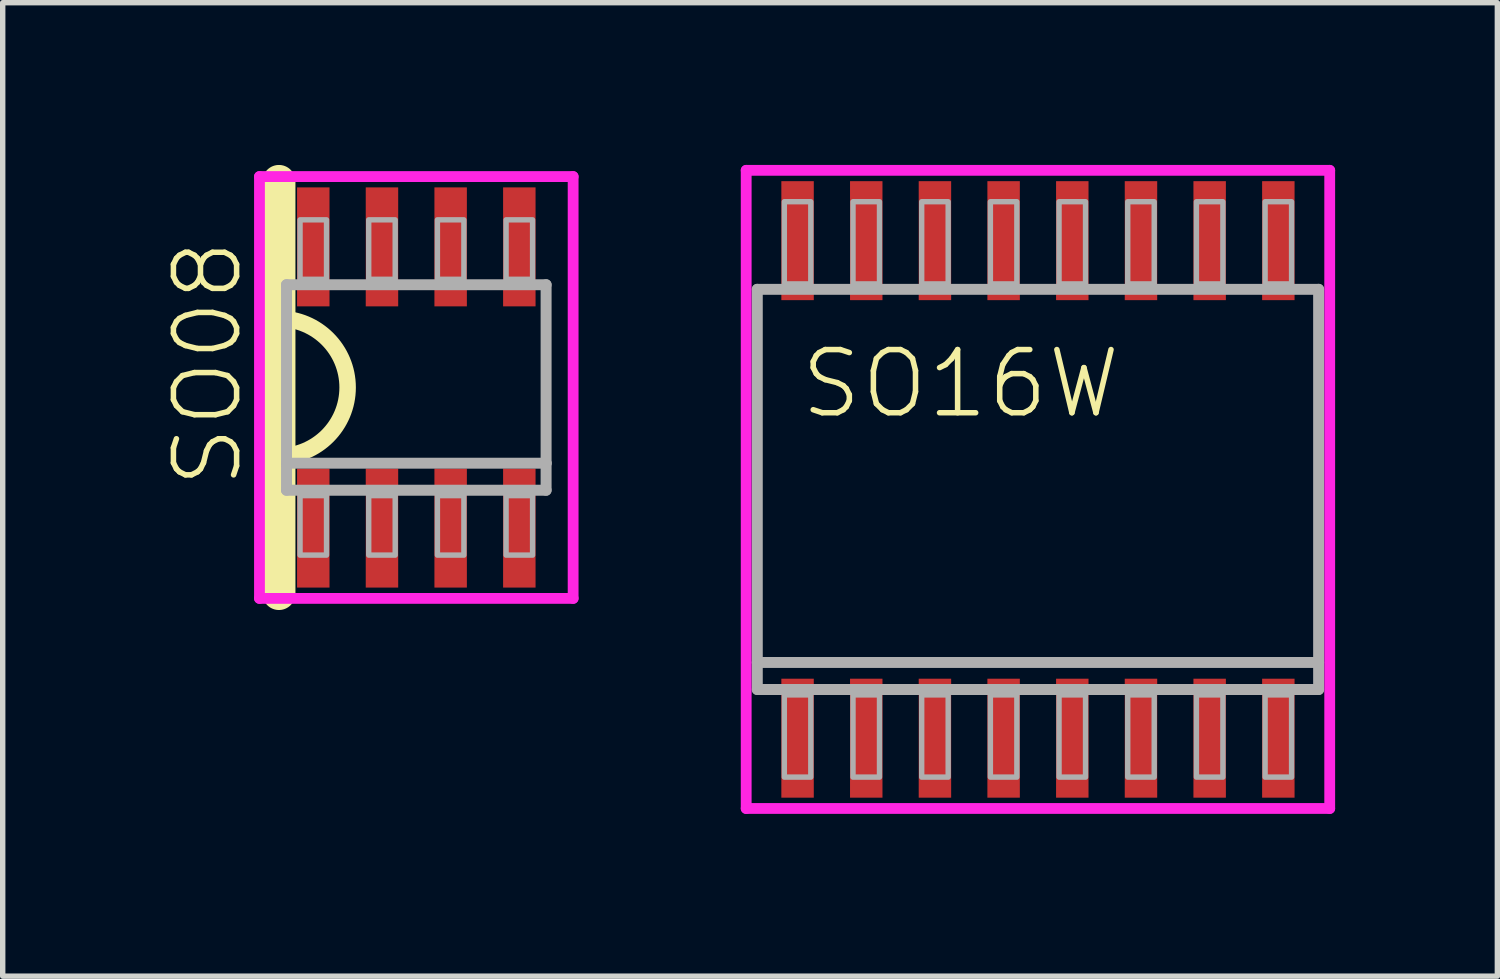
<source format=kicad_pcb>
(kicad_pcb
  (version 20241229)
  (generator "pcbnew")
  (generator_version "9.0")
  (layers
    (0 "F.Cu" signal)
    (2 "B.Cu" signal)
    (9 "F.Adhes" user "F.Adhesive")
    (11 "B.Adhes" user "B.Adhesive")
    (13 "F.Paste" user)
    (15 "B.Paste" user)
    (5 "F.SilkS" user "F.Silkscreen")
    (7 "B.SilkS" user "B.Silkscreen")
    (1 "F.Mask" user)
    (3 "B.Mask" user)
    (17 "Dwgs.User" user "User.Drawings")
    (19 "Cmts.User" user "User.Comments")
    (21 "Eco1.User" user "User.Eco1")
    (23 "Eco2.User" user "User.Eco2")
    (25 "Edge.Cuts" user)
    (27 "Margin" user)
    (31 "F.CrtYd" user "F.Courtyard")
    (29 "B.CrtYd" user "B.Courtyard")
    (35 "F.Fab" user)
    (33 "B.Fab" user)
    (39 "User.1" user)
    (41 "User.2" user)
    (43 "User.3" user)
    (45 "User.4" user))
  (footprint "SO16W"
    (layer "F.Cu")
    (at 16.143 6)
    (property "Reference" "SO16W" (at -4.445 -1.27 0) (layer "F.SilkS") (effects (font (size 1.168 1.168) (thickness 0.102)) (justify left bottom)))
    (fp_line (start -5.395 -5.9) (end 5.395 -5.9) (stroke (width 0.2) (type solid)) (layer "F.CrtYd"))
    (fp_line (start -5.395 5.9) (end -5.395 -5.9) (stroke (width 0.2) (type solid)) (layer "F.CrtYd"))
    (fp_line (start 5.395 -5.9) (end 5.395 5.9) (stroke (width 0.2) (type solid)) (layer "F.CrtYd"))
    (fp_line (start 5.395 5.9) (end -5.395 5.9) (stroke (width 0.2) (type solid)) (layer "F.CrtYd"))
    (fp_line (start -5.19 -3.7) (end 5.19 -3.7) (stroke (width 0.203) (type solid)) (layer "F.Fab"))
    (fp_line (start -5.19 3.2) (end -5.19 -3.7) (stroke (width 0.203) (type solid)) (layer "F.Fab"))
    (fp_line (start -5.19 3.7) (end -5.19 3.2) (stroke (width 0.203) (type solid)) (layer "F.Fab"))
    (fp_line (start 5.19 -3.7) (end 5.19 3.2) (stroke (width 0.203) (type solid)) (layer "F.Fab"))
    (fp_line (start 5.19 3.2) (end -5.19 3.2) (stroke (width 0.203) (type solid)) (layer "F.Fab"))
    (fp_line (start 5.19 3.2) (end 5.19 3.7) (stroke (width 0.203) (type solid)) (layer "F.Fab"))
    (fp_line (start 5.19 3.7) (end -5.19 3.7) (stroke (width 0.203) (type solid)) (layer "F.Fab"))
    (fp_poly (pts (xy -4.69 -3.8) (xy -4.2 -3.8) (xy -4.2 -5.32) (xy -4.69 -5.32)) (stroke (width 0.1) (type default)) (fill no) (layer "F.Fab"))
    (fp_poly (pts (xy -4.69 5.32) (xy -4.2 5.32) (xy -4.2 3.8) (xy -4.69 3.8)) (stroke (width 0.1) (type default)) (fill no) (layer "F.Fab"))
    (fp_poly (pts (xy -3.42 -3.8) (xy -2.93 -3.8) (xy -2.93 -5.32) (xy -3.42 -5.32)) (stroke (width 0.1) (type default)) (fill no) (layer "F.Fab"))
    (fp_poly (pts (xy -3.42 5.32) (xy -2.93 5.32) (xy -2.93 3.8) (xy -3.42 3.8)) (stroke (width 0.1) (type default)) (fill no) (layer "F.Fab"))
    (fp_poly (pts (xy -2.15 -3.8) (xy -1.66 -3.8) (xy -1.66 -5.32) (xy -2.15 -5.32)) (stroke (width 0.1) (type default)) (fill no) (layer "F.Fab"))
    (fp_poly (pts (xy -2.15 5.32) (xy -1.66 5.32) (xy -1.66 3.8) (xy -2.15 3.8)) (stroke (width 0.1) (type default)) (fill no) (layer "F.Fab"))
    (fp_poly (pts (xy -0.88 -3.8) (xy -0.39 -3.8) (xy -0.39 -5.32) (xy -0.88 -5.32)) (stroke (width 0.1) (type default)) (fill no) (layer "F.Fab"))
    (fp_poly (pts (xy -0.88 5.32) (xy -0.39 5.32) (xy -0.39 3.8) (xy -0.88 3.8)) (stroke (width 0.1) (type default)) (fill no) (layer "F.Fab"))
    (fp_poly (pts (xy 0.39 -3.8) (xy 0.88 -3.8) (xy 0.88 -5.32) (xy 0.39 -5.32)) (stroke (width 0.1) (type default)) (fill no) (layer "F.Fab"))
    (fp_poly (pts (xy 0.39 5.32) (xy 0.88 5.32) (xy 0.88 3.8) (xy 0.39 3.8)) (stroke (width 0.1) (type default)) (fill no) (layer "F.Fab"))
    (fp_poly (pts (xy 1.66 -3.8) (xy 2.15 -3.8) (xy 2.15 -5.32) (xy 1.66 -5.32)) (stroke (width 0.1) (type default)) (fill no) (layer "F.Fab"))
    (fp_poly (pts (xy 1.66 5.32) (xy 2.15 5.32) (xy 2.15 3.8) (xy 1.66 3.8)) (stroke (width 0.1) (type default)) (fill no) (layer "F.Fab"))
    (fp_poly (pts (xy 2.93 -3.8) (xy 3.42 -3.8) (xy 3.42 -5.32) (xy 2.93 -5.32)) (stroke (width 0.1) (type default)) (fill no) (layer "F.Fab"))
    (fp_poly (pts (xy 2.93 5.32) (xy 3.42 5.32) (xy 3.42 3.8) (xy 2.93 3.8)) (stroke (width 0.1) (type default)) (fill no) (layer "F.Fab"))
    (fp_poly (pts (xy 4.2 -3.8) (xy 4.69 -3.8) (xy 4.69 -5.32) (xy 4.2 -5.32)) (stroke (width 0.1) (type default)) (fill no) (layer "F.Fab"))
    (fp_poly (pts (xy 4.2 5.32) (xy 4.69 5.32) (xy 4.69 3.8) (xy 4.2 3.8)) (stroke (width 0.1) (type default)) (fill no) (layer "F.Fab"))
    (pad "1" smd rect (at -4.445 4.6) (size 0.6 2.2) (layers "F.Cu" "F.Mask" "F.Paste"))
    (pad "2" smd rect (at -3.175 4.6) (size 0.6 2.2) (layers "F.Cu" "F.Mask" "F.Paste"))
    (pad "3" smd rect (at -1.905 4.6) (size 0.6 2.2) (layers "F.Cu" "F.Mask" "F.Paste"))
    (pad "4" smd rect (at -0.635 4.6) (size 0.6 2.2) (layers "F.Cu" "F.Mask" "F.Paste"))
    (pad "5" smd rect (at 0.635 4.6) (size 0.6 2.2) (layers "F.Cu" "F.Mask" "F.Paste"))
    (pad "6" smd rect (at 1.905 4.6) (size 0.6 2.2) (layers "F.Cu" "F.Mask" "F.Paste"))
    (pad "7" smd rect (at 3.175 4.6) (size 0.6 2.2) (layers "F.Cu" "F.Mask" "F.Paste"))
    (pad "8" smd rect (at 4.445 4.6) (size 0.6 2.2) (layers "F.Cu" "F.Mask" "F.Paste"))
    (pad "9" smd rect (at 4.445 -4.6) (size 0.6 2.2) (layers "F.Cu" "F.Mask" "F.Paste"))
    (pad "10" smd rect (at 3.175 -4.6) (size 0.6 2.2) (layers "F.Cu" "F.Mask" "F.Paste"))
    (pad "11" smd rect (at 1.905 -4.6) (size 0.6 2.2) (layers "F.Cu" "F.Mask" "F.Paste"))
    (pad "12" smd rect (at 0.635 -4.6) (size 0.6 2.2) (layers "F.Cu" "F.Mask" "F.Paste"))
    (pad "13" smd rect (at -0.635 -4.6) (size 0.6 2.2) (layers "F.Cu" "F.Mask" "F.Paste"))
    (pad "14" smd rect (at -1.905 -4.6) (size 0.6 2.2) (layers "F.Cu" "F.Mask" "F.Paste"))
    (pad "15" smd rect (at -3.175 -4.6) (size 0.6 2.2) (layers "F.Cu" "F.Mask" "F.Paste"))
    (pad "16" smd rect (at -4.445 -4.6) (size 0.6 2.2) (layers "F.Cu" "F.Mask" "F.Paste")))
  (footprint "SO08"
    (layer "F.Cu")
    (at 4.648 4.115)
    (property "Reference" "SO08" (at -3.175 1.905 90) (layer "F.SilkS") (effects (font (size 1.168 1.168) (thickness 0.102)) (justify left bottom)))
    (fp_line (start -2.54 -3.81) (end -2.54 3.81) (stroke (width 0.61) (type solid)) (layer "F.SilkS"))
    (fp_arc (start -2.54 -1.27) (mid -1.27 0) (end -2.54 1.27) (stroke (width 0.3048) (type solid)) (layer "F.SilkS"))
    (fp_line (start -2.9 -3.9) (end 2.9 -3.9) (stroke (width 0.2) (type solid)) (layer "F.CrtYd"))
    (fp_line (start -2.9 3.9) (end -2.9 -3.9) (stroke (width 0.2) (type solid)) (layer "F.CrtYd"))
    (fp_line (start 2.9 -3.9) (end 2.9 3.9) (stroke (width 0.2) (type solid)) (layer "F.CrtYd"))
    (fp_line (start 2.9 3.9) (end -2.9 3.9) (stroke (width 0.2) (type solid)) (layer "F.CrtYd"))
    (fp_line (start -2.4 -1.9) (end 2.4 -1.9) (stroke (width 0.203) (type solid)) (layer "F.Fab"))
    (fp_line (start -2.4 1.4) (end -2.4 -1.9) (stroke (width 0.203) (type solid)) (layer "F.Fab"))
    (fp_line (start -2.4 1.9) (end -2.4 1.4) (stroke (width 0.203) (type solid)) (layer "F.Fab"))
    (fp_line (start 2.4 -1.9) (end 2.4 1.4) (stroke (width 0.203) (type solid)) (layer "F.Fab"))
    (fp_line (start 2.4 1.4) (end -2.4 1.4) (stroke (width 0.203) (type solid)) (layer "F.Fab"))
    (fp_line (start 2.4 1.4) (end 2.4 1.9) (stroke (width 0.203) (type solid)) (layer "F.Fab"))
    (fp_line (start 2.4 1.9) (end -2.4 1.9) (stroke (width 0.203) (type solid)) (layer "F.Fab"))
    (fp_poly (pts (xy -2.15 -2) (xy -1.66 -2) (xy -1.66 -3.1) (xy -2.15 -3.1)) (stroke (width 0.1) (type default)) (fill no) (layer "F.Fab"))
    (fp_poly (pts (xy -2.15 3.1) (xy -1.66 3.1) (xy -1.66 2) (xy -2.15 2)) (stroke (width 0.1) (type default)) (fill no) (layer "F.Fab"))
    (fp_poly (pts (xy -0.88 -2) (xy -0.39 -2) (xy -0.39 -3.1) (xy -0.88 -3.1)) (stroke (width 0.1) (type default)) (fill no) (layer "F.Fab"))
    (fp_poly (pts (xy -0.88 3.1) (xy -0.39 3.1) (xy -0.39 2) (xy -0.88 2)) (stroke (width 0.1) (type default)) (fill no) (layer "F.Fab"))
    (fp_poly (pts (xy 0.39 -2) (xy 0.88 -2) (xy 0.88 -3.1) (xy 0.39 -3.1)) (stroke (width 0.1) (type default)) (fill no) (layer "F.Fab"))
    (fp_poly (pts (xy 0.39 3.1) (xy 0.88 3.1) (xy 0.88 2) (xy 0.39 2)) (stroke (width 0.1) (type default)) (fill no) (layer "F.Fab"))
    (fp_poly (pts (xy 1.66 -2) (xy 2.15 -2) (xy 2.15 -3.1) (xy 1.66 -3.1)) (stroke (width 0.1) (type default)) (fill no) (layer "F.Fab"))
    (fp_poly (pts (xy 1.66 3.1) (xy 2.15 3.1) (xy 2.15 2) (xy 1.66 2)) (stroke (width 0.1) (type default)) (fill no) (layer "F.Fab"))
    (pad "1" smd rect (at -1.905 2.6) (size 0.6 2.2) (layers "F.Cu" "F.Mask" "F.Paste"))
    (pad "2" smd rect (at -0.635 2.6) (size 0.6 2.2) (layers "F.Cu" "F.Mask" "F.Paste"))
    (pad "3" smd rect (at 0.635 2.6) (size 0.6 2.2) (layers "F.Cu" "F.Mask" "F.Paste"))
    (pad "4" smd rect (at 1.905 2.6) (size 0.6 2.2) (layers "F.Cu" "F.Mask" "F.Paste"))
    (pad "5" smd rect (at 1.905 -2.6) (size 0.6 2.2) (layers "F.Cu" "F.Mask" "F.Paste"))
    (pad "6" smd rect (at 0.635 -2.6) (size 0.6 2.2) (layers "F.Cu" "F.Mask" "F.Paste"))
    (pad "7" smd rect (at -0.635 -2.6) (size 0.6 2.2) (layers "F.Cu" "F.Mask" "F.Paste"))
    (pad "8" smd rect (at -1.905 -2.6) (size 0.6 2.2) (layers "F.Cu" "F.Mask" "F.Paste")))
  (gr_rect
    (start -3 -3)
    (end 24.638 15)
    (stroke (width 0.1) (type default))
    (fill no)
    (layer "Edge.Cuts")))
</source>
